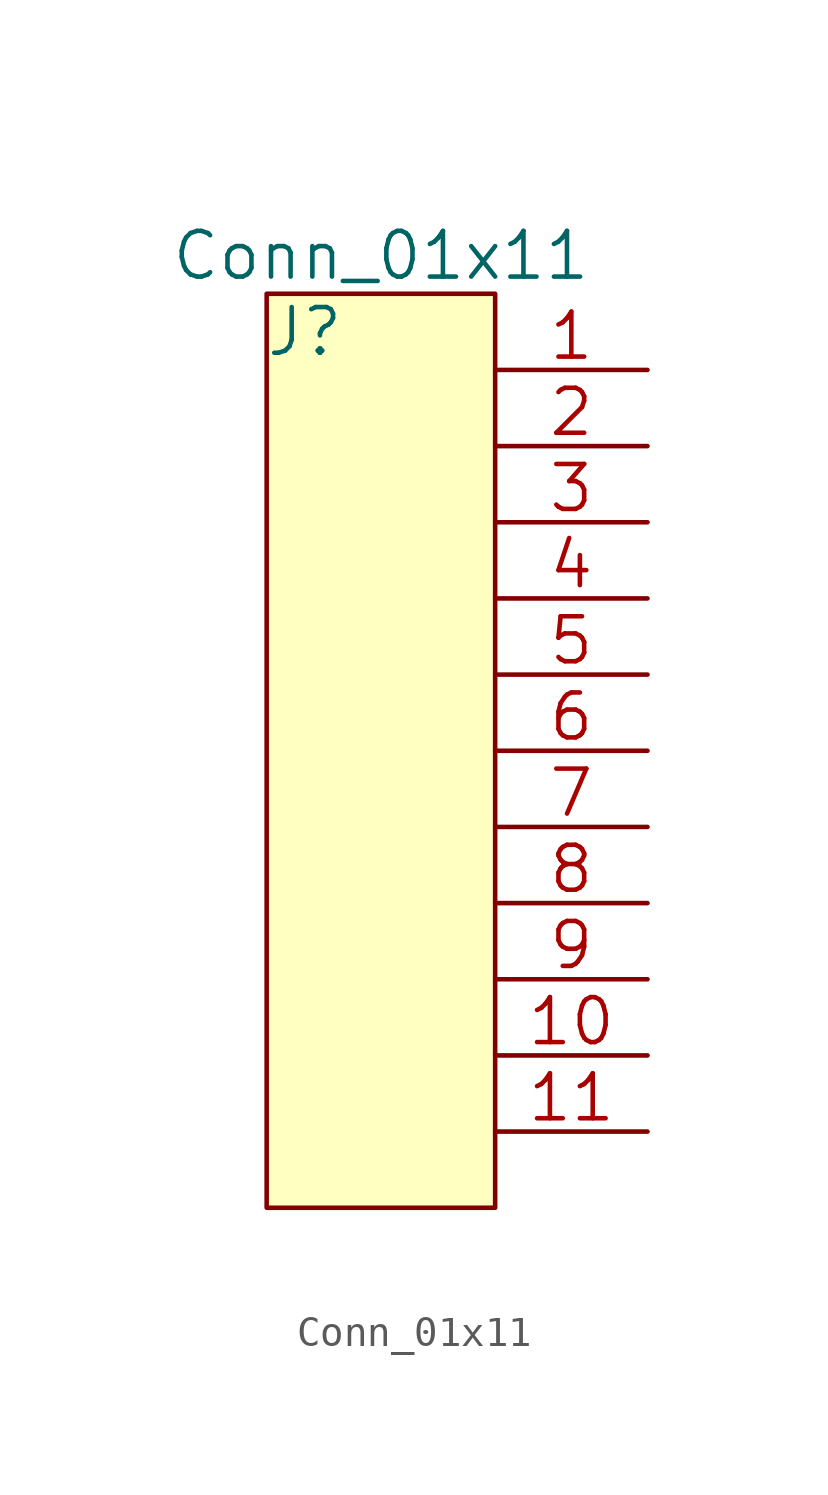
<source format=kicad_sym>
(kicad_symbol_lib
  (version 20211014)
  (generator kicad_symbol_editor)
  (symbol "Conn_01x11"
    (pin_names
      (offset 0.254))
    (property "Reference" "J"
      (at -6.35 2.54 0)
      (effects (font (size 1.524 1.524))))
    (property "Value" "Conn_01x11"
      (at -3.81 5.08 0)
      (effects (font (size 1.524 1.524))))
    (symbol "Conn_01x11_0_1"
      (rectangle (start -7.62 3.81) (end 0 -26.67) (stroke (width 0) (type default) (color 0 0 0 0)) (fill (type background))))
    (symbol "Conn_01x11_1_1"
      (pin unspecified line (at 5.08 1.27 180) (length 5.08) (name "~" (effects (font (size 1.499 1.499)))) (number "1" (effects (font (size 1.499 1.499)))))
      (pin unspecified line (at 5.08 -21.59 180) (length 5.08) (name "~" (effects (font (size 1.499 1.499)))) (number "10" (effects (font (size 1.499 1.499)))))
      (pin unspecified line (at 5.08 -24.13 180) (length 5.08) (name "~" (effects (font (size 1.499 1.499)))) (number "11" (effects (font (size 1.499 1.499)))))
      (pin unspecified line (at 5.08 -1.27 180) (length 5.08) (name "~" (effects (font (size 1.499 1.499)))) (number "2" (effects (font (size 1.499 1.499)))))
      (pin unspecified line (at 5.08 -3.81 180) (length 5.08) (name "~" (effects (font (size 1.499 1.499)))) (number "3" (effects (font (size 1.499 1.499)))))
      (pin unspecified line (at 5.08 -6.35 180) (length 5.08) (name "~" (effects (font (size 1.499 1.499)))) (number "4" (effects (font (size 1.499 1.499)))))
      (pin unspecified line (at 5.08 -8.89 180) (length 5.08) (name "~" (effects (font (size 1.499 1.499)))) (number "5" (effects (font (size 1.499 1.499)))))
      (pin unspecified line (at 5.08 -11.43 180) (length 5.08) (name "~" (effects (font (size 1.499 1.499)))) (number "6" (effects (font (size 1.499 1.499)))))
      (pin unspecified line (at 5.08 -13.97 180) (length 5.08) (name "~" (effects (font (size 1.499 1.499)))) (number "7" (effects (font (size 1.499 1.499)))))
      (pin unspecified line (at 5.08 -16.51 180) (length 5.08) (name "~" (effects (font (size 1.499 1.499)))) (number "8" (effects (font (size 1.499 1.499)))))
      (pin unspecified line (at 5.08 -19.05 180) (length 5.08) (name "~" (effects (font (size 1.499 1.499)))) (number "9" (effects (font (size 1.499 1.499))))))))
</source>
